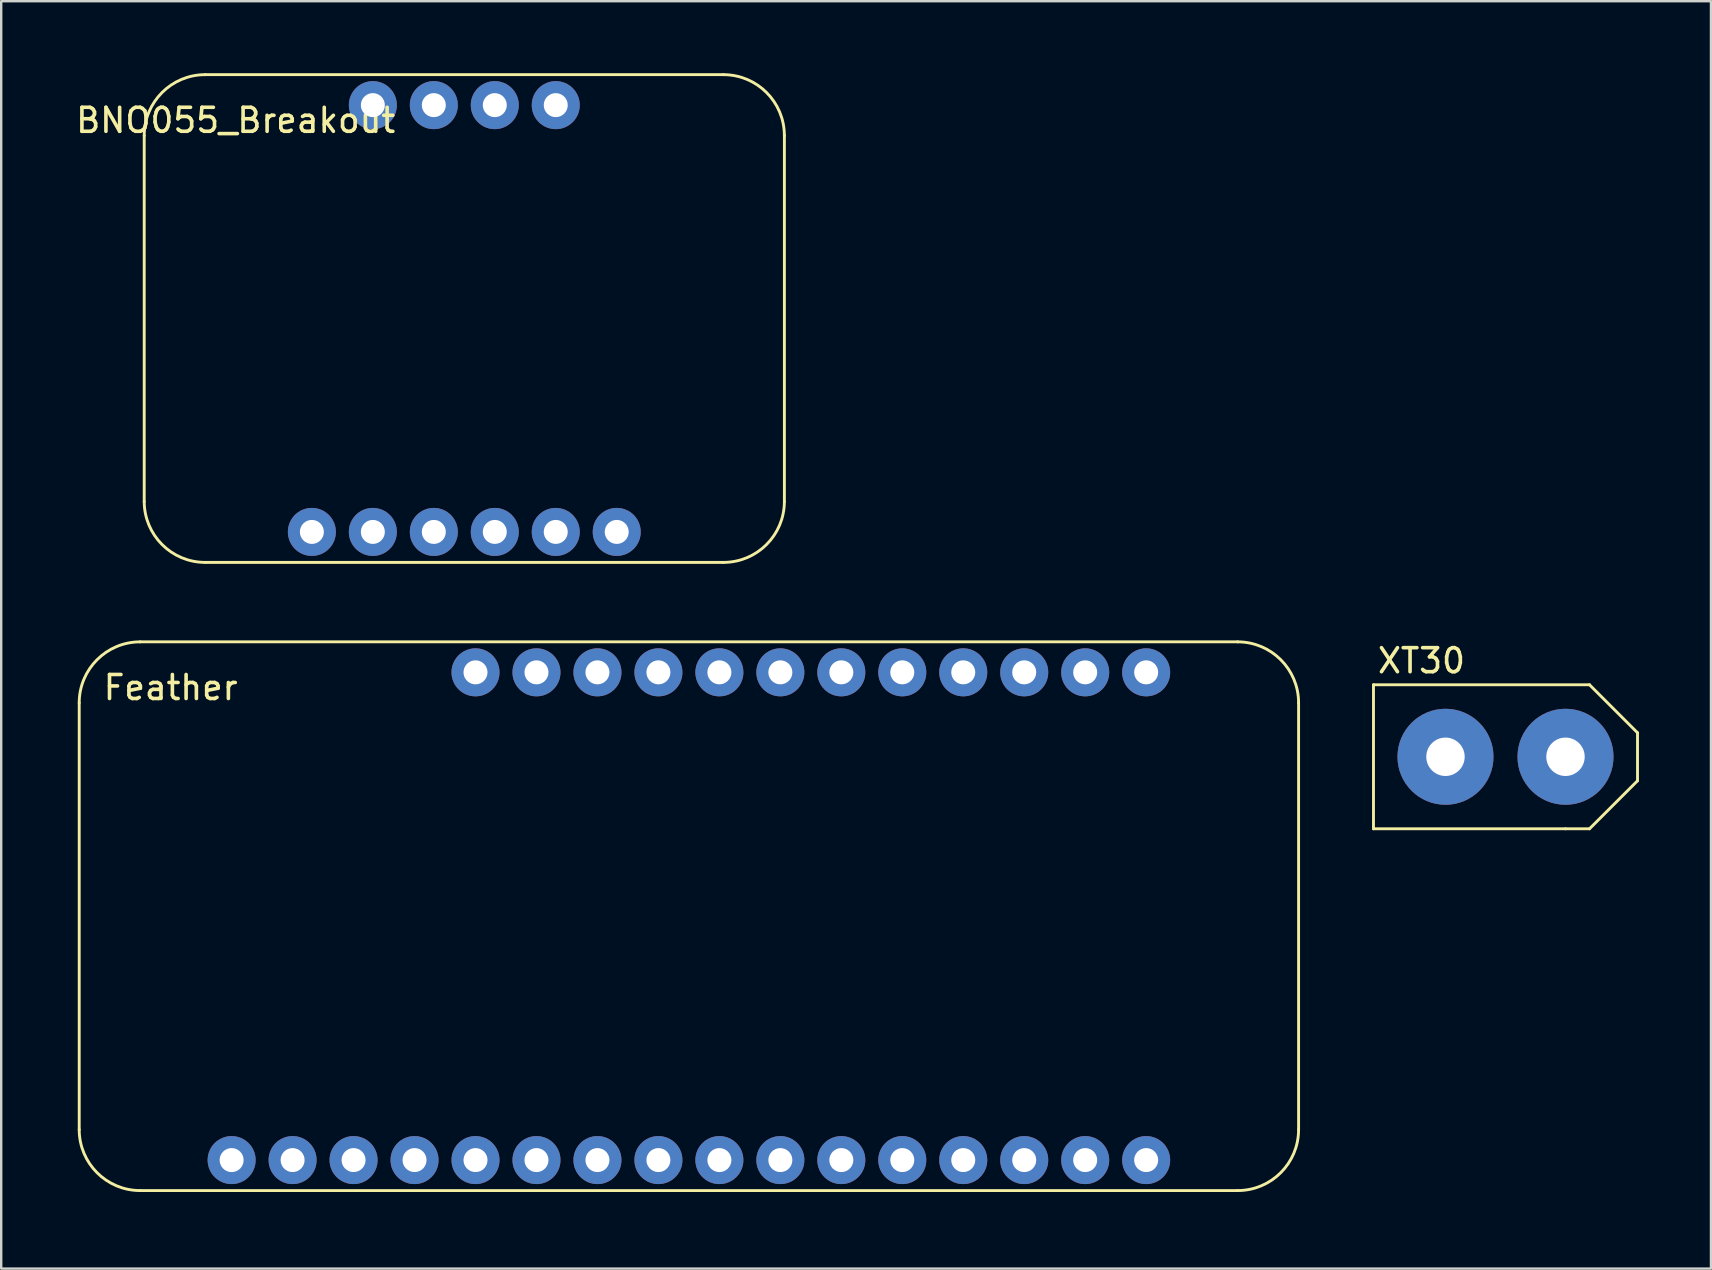
<source format=kicad_pcb>
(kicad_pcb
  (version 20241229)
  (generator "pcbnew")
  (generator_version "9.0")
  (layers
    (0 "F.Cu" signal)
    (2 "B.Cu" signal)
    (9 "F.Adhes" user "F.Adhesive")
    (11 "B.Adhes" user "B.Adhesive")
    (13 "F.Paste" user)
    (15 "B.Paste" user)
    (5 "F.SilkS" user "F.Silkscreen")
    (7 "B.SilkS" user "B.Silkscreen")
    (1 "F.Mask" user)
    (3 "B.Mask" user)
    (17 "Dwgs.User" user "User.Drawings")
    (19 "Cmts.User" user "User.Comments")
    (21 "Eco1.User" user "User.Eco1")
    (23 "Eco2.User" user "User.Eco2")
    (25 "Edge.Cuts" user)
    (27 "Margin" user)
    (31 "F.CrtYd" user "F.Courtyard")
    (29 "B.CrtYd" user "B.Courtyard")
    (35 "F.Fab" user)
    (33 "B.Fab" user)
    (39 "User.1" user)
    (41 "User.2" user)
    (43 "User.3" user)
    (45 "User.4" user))
  (footprint "Feather"
    (layer "F.Cu")
    (at 0.25 46.55)
    (property "Reference" "Feather" (at 3.81 -20.955 0) (layer "F.SilkS") (effects (font (size 1 1) (thickness 0.15))))
    (attr through_hole)
    (fp_line (start 0 -20.32) (end 0 -2.54) (stroke (width 0.12) (type solid)) (layer "F.SilkS"))
    (fp_line (start 2.54 0) (end 48.26 0) (stroke (width 0.12) (type solid)) (layer "F.SilkS"))
    (fp_line (start 48.26 -22.86) (end 2.54 -22.86) (stroke (width 0.12) (type solid)) (layer "F.SilkS"))
    (fp_line (start 50.8 -2.54) (end 50.8 -20.32) (stroke (width 0.12) (type solid)) (layer "F.SilkS"))
    (fp_arc (start 0 -20.32) (mid 0.743949 -22.116051) (end 2.54 -22.86) (stroke (width 0.12) (type solid)) (layer "F.SilkS"))
    (fp_arc (start 2.54 0) (mid 0.743949 -0.743949) (end 0 -2.54) (stroke (width 0.12) (type solid)) (layer "F.SilkS"))
    (fp_arc (start 48.26 -22.86) (mid 50.056051 -22.116051) (end 50.8 -20.32) (stroke (width 0.12) (type solid)) (layer "F.SilkS"))
    (fp_arc (start 50.8 -2.54) (mid 50.056051 -0.743949) (end 48.26 0) (stroke (width 0.12) (type solid)) (layer "F.SilkS"))
    (pad "1" thru_hole circle (at 6.35 -1.27) (size 2 2) (drill 1) (layers "*.Cu" "*.Mask"))
    (pad "2" thru_hole circle (at 8.89 -1.27) (size 2 2) (drill 1) (layers "*.Cu" "*.Mask"))
    (pad "3" thru_hole circle (at 11.43 -1.27) (size 2 2) (drill 1) (layers "*.Cu" "*.Mask"))
    (pad "4" thru_hole circle (at 13.97 -1.27) (size 2 2) (drill 1) (layers "*.Cu" "*.Mask"))
    (pad "5" thru_hole circle (at 16.51 -1.27) (size 2 2) (drill 1) (layers "*.Cu" "*.Mask"))
    (pad "6" thru_hole circle (at 19.05 -1.27) (size 2 2) (drill 1) (layers "*.Cu" "*.Mask"))
    (pad "7" thru_hole circle (at 21.59 -1.27) (size 2 2) (drill 1) (layers "*.Cu" "*.Mask"))
    (pad "8" thru_hole circle (at 24.13 -1.27) (size 2 2) (drill 1) (layers "*.Cu" "*.Mask"))
    (pad "9" thru_hole circle (at 26.67 -1.27) (size 2 2) (drill 1) (layers "*.Cu" "*.Mask"))
    (pad "10" thru_hole circle (at 29.21 -1.27) (size 2 2) (drill 1) (layers "*.Cu" "*.Mask"))
    (pad "11" thru_hole circle (at 31.75 -1.27) (size 2 2) (drill 1) (layers "*.Cu" "*.Mask"))
    (pad "12" thru_hole circle (at 34.29 -1.27) (size 2 2) (drill 1) (layers "*.Cu" "*.Mask"))
    (pad "13" thru_hole circle (at 36.83 -1.27) (size 2 2) (drill 1) (layers "*.Cu" "*.Mask"))
    (pad "14" thru_hole circle (at 39.37 -1.27) (size 2 2) (drill 1) (layers "*.Cu" "*.Mask"))
    (pad "15" thru_hole circle (at 41.91 -1.27) (size 2 2) (drill 1) (layers "*.Cu" "*.Mask"))
    (pad "16" thru_hole circle (at 44.45 -1.27) (size 2 2) (drill 1) (layers "*.Cu" "*.Mask"))
    (pad "17" thru_hole circle (at 16.51 -21.59) (size 2 2) (drill 1) (layers "*.Cu" "*.Mask"))
    (pad "18" thru_hole circle (at 19.05 -21.59) (size 2 2) (drill 1) (layers "*.Cu" "*.Mask"))
    (pad "19" thru_hole circle (at 21.59 -21.59) (size 2 2) (drill 1) (layers "*.Cu" "*.Mask"))
    (pad "20" thru_hole circle (at 24.13 -21.59) (size 2 2) (drill 1) (layers "*.Cu" "*.Mask"))
    (pad "21" thru_hole circle (at 26.67 -21.59) (size 2 2) (drill 1) (layers "*.Cu" "*.Mask"))
    (pad "22" thru_hole circle (at 29.21 -21.59) (size 2 2) (drill 1) (layers "*.Cu" "*.Mask"))
    (pad "23" thru_hole circle (at 31.75 -21.59) (size 2 2) (drill 1) (layers "*.Cu" "*.Mask"))
    (pad "24" thru_hole circle (at 34.29 -21.59) (size 2 2) (drill 1) (layers "*.Cu" "*.Mask"))
    (pad "25" thru_hole circle (at 36.83 -21.59) (size 2 2) (drill 1) (layers "*.Cu" "*.Mask"))
    (pad "26" thru_hole circle (at 39.37 -21.59) (size 2 2) (drill 1) (layers "*.Cu" "*.Mask"))
    (pad "27" thru_hole circle (at 41.91 -21.59) (size 2 2) (drill 1) (layers "*.Cu" "*.Mask"))
    (pad "28" thru_hole circle (at 44.45 -21.59) (size 2 2) (drill 1) (layers "*.Cu" "*.Mask")))
  (footprint "BNO055_Breakout"
    (layer "F.Cu")
    (at 2.958 20.38)
    (property "Reference" "BNO055_Breakout" (at 3.81 -18.415 0) (layer "F.SilkS") (effects (font (size 1 1) (thickness 0.15))))
    (attr through_hole)
    (fp_line (start 0 -17.78) (end 0 -2.54) (stroke (width 0.12) (type solid)) (layer "F.SilkS"))
    (fp_line (start 2.54 0) (end 24.13 0) (stroke (width 0.12) (type solid)) (layer "F.SilkS"))
    (fp_line (start 24.13 -20.32) (end 2.54 -20.32) (stroke (width 0.12) (type solid)) (layer "F.SilkS"))
    (fp_line (start 26.67 -2.54) (end 26.67 -17.78) (stroke (width 0.12) (type solid)) (layer "F.SilkS"))
    (fp_arc (start 0 -17.78) (mid 0.743949 -19.576051) (end 2.54 -20.32) (stroke (width 0.12) (type solid)) (layer "F.SilkS"))
    (fp_arc (start 2.54 0) (mid 0.743949 -0.743949) (end 0 -2.54) (stroke (width 0.12) (type solid)) (layer "F.SilkS"))
    (fp_arc (start 24.13 -20.32) (mid 25.926051 -19.576051) (end 26.67 -17.78) (stroke (width 0.12) (type solid)) (layer "F.SilkS"))
    (fp_arc (start 26.67 -2.54) (mid 25.926051 -0.743949) (end 24.13 0) (stroke (width 0.12) (type solid)) (layer "F.SilkS"))
    (pad "1" thru_hole circle (at 6.985 -1.27) (size 2 2) (drill 1) (layers "*.Cu" "*.Mask"))
    (pad "2" thru_hole circle (at 9.525 -1.27) (size 2 2) (drill 1) (layers "*.Cu" "*.Mask"))
    (pad "3" thru_hole circle (at 12.065 -1.27) (size 2 2) (drill 1) (layers "*.Cu" "*.Mask"))
    (pad "4" thru_hole circle (at 14.605 -1.27) (size 2 2) (drill 1) (layers "*.Cu" "*.Mask"))
    (pad "5" thru_hole circle (at 17.145 -1.27) (size 2 2) (drill 1) (layers "*.Cu" "*.Mask"))
    (pad "6" thru_hole circle (at 19.685 -1.27) (size 2 2) (drill 1) (layers "*.Cu" "*.Mask"))
    (pad "7" thru_hole circle (at 9.525 -19.05) (size 2 2) (drill 1) (layers "*.Cu" "*.Mask"))
    (pad "8" thru_hole circle (at 12.065 -19.05) (size 2 2) (drill 1) (layers "*.Cu" "*.Mask"))
    (pad "9" thru_hole circle (at 14.605 -19.05) (size 2 2) (drill 1) (layers "*.Cu" "*.Mask"))
    (pad "10" thru_hole circle (at 17.145 -19.05) (size 2 2) (drill 1) (layers "*.Cu" "*.Mask")))
  (footprint "XT30"
    (layer "F.Cu")
    (at 57.17 28.478)
    (property "Reference" "XT30" (at -1 -4 0) (layer "F.SilkS") (effects (font (size 1 1) (thickness 0.15))))
    (attr through_hole)
    (fp_line (start -3 -3) (end -3 3) (stroke (width 0.12) (type solid)) (layer "F.SilkS"))
    (fp_line (start -3 3) (end 5 3) (stroke (width 0.12) (type solid)) (layer "F.SilkS"))
    (fp_line (start 5 3) (end 6 3) (stroke (width 0.12) (type solid)) (layer "F.SilkS"))
    (fp_line (start 6 -3) (end -3 -3) (stroke (width 0.12) (type solid)) (layer "F.SilkS"))
    (fp_line (start 6 3) (end 8 1) (stroke (width 0.12) (type solid)) (layer "F.SilkS"))
    (fp_line (start 8 -1) (end 6 -3) (stroke (width 0.12) (type solid)) (layer "F.SilkS"))
    (fp_line (start 8 1) (end 8 -1) (stroke (width 0.12) (type solid)) (layer "F.SilkS"))
    (pad "1" thru_hole circle (at 5 0) (size 4 4) (drill 1.6) (layers "*.Cu" "*.Mask"))
    (pad "2" thru_hole circle (at 0 0 90) (size 4 4) (drill 1.6) (layers "*.Cu" "*.Mask")))
  (gr_rect
    (start -3 -3)
    (end 68.23 49.8)
    (stroke (width 0.1) (type default))
    (fill no)
    (layer "Edge.Cuts")))
</source>
